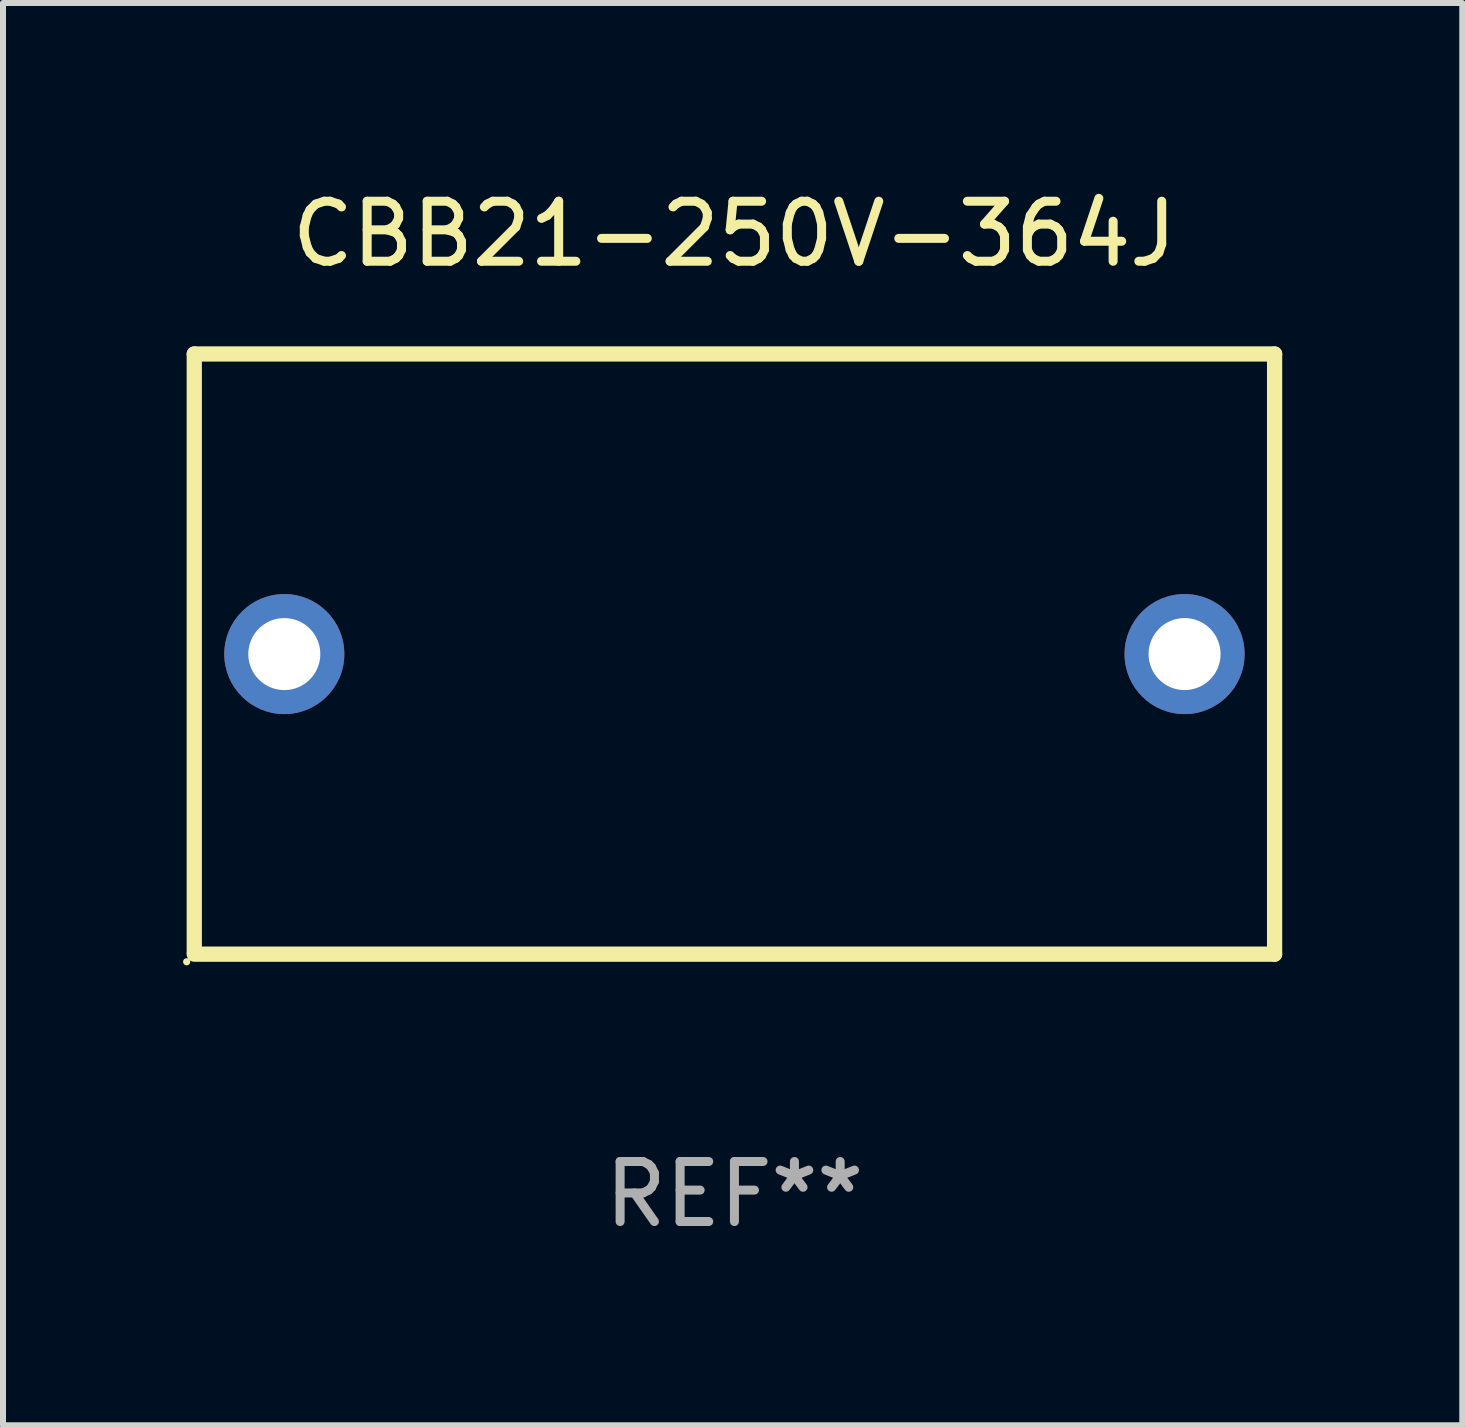
<source format=kicad_pcb>
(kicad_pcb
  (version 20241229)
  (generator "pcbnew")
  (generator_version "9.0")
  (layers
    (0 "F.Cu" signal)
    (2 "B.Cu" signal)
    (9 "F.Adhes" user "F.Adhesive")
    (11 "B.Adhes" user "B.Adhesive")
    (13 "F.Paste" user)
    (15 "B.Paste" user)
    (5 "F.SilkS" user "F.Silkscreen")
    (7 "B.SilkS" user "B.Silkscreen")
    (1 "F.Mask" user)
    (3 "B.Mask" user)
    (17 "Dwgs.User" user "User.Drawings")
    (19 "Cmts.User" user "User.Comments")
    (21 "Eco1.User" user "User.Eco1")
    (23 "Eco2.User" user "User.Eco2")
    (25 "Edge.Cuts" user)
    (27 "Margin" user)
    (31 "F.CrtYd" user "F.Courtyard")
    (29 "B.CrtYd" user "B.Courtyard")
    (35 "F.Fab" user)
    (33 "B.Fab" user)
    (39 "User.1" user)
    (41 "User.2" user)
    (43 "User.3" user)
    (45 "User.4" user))
  (footprint "CBB21-250V-364J"
    (layer "F.Cu")
    (at 9.187 7.848)
    (property "Reference" "CBB21-250V-364J" (at 0 -7 0) (layer "F.SilkS") (effects (font (size 1 1) (thickness 0.15))))
    (attr through_hole)
    (fp_line (start -9 -5) (end -9 4.98) (stroke (width 0.254) (type solid)) (layer "F.SilkS"))
    (fp_line (start -9 -5) (end 9 -5) (stroke (width 0.254) (type solid)) (layer "F.SilkS"))
    (fp_line (start -9 5) (end 9 5) (stroke (width 0.254) (type solid)) (layer "F.SilkS"))
    (fp_line (start 9 -5) (end 9 5) (stroke (width 0.254) (type solid)) (layer "F.SilkS"))
    (fp_circle (center -9.127 5.127) (end -9.097 5.127) (stroke (width 0.06) (type solid)) (fill no) (layer "F.SilkS"))
    (fp_text user "REF**" (at 0 9 0) (layer "F.Fab") (effects (font (size 1 1) (thickness 0.15))))
    (pad "1" thru_hole circle (at -7.5 0) (size 2 2) (drill 1.2) (layers "*.Cu" "*.Mask"))
    (pad "2" thru_hole circle (at 7.5 0) (size 2 2) (drill 1.2) (layers "*.Cu" "*.Mask")))
  (gr_rect
    (start -3 -3)
    (end 21.314 20.697)
    (stroke (width 0.1) (type default))
    (fill no)
    (layer "Edge.Cuts")))
</source>
